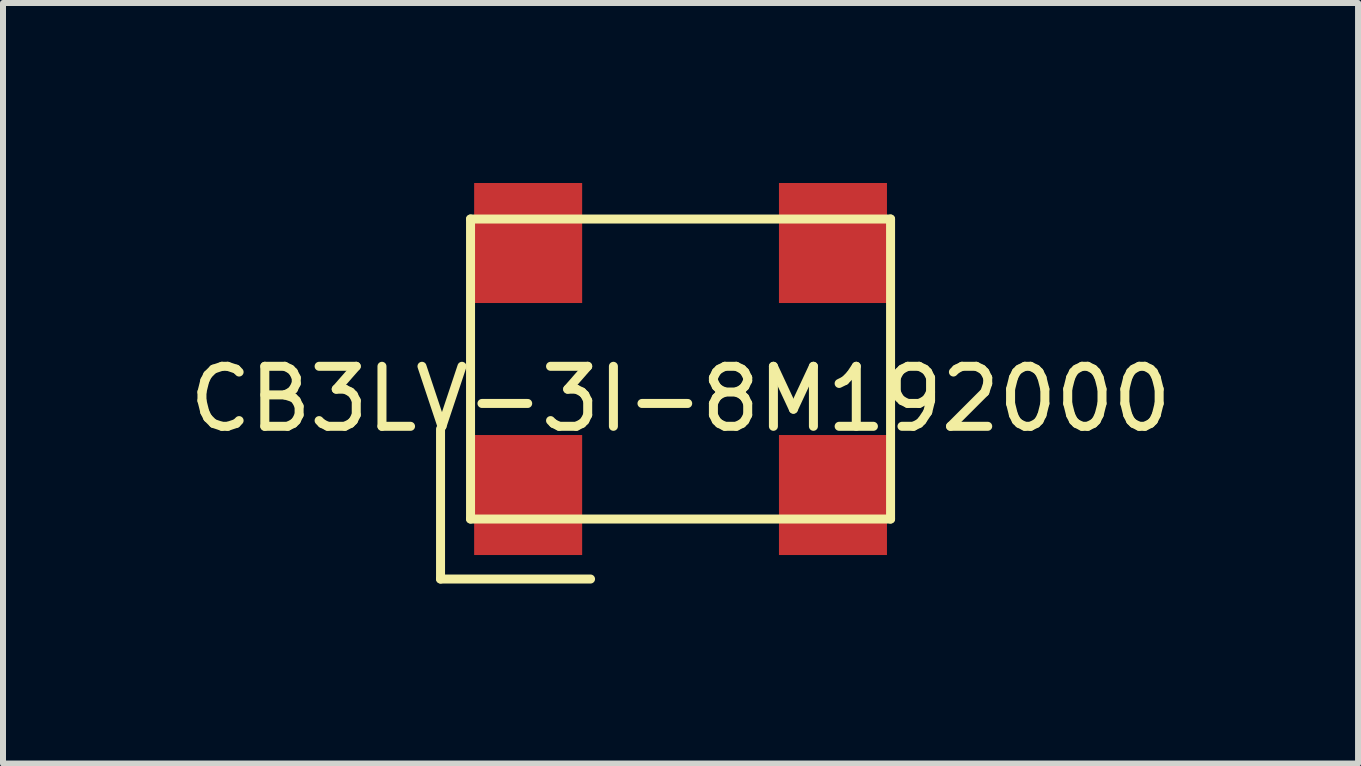
<source format=kicad_pcb>
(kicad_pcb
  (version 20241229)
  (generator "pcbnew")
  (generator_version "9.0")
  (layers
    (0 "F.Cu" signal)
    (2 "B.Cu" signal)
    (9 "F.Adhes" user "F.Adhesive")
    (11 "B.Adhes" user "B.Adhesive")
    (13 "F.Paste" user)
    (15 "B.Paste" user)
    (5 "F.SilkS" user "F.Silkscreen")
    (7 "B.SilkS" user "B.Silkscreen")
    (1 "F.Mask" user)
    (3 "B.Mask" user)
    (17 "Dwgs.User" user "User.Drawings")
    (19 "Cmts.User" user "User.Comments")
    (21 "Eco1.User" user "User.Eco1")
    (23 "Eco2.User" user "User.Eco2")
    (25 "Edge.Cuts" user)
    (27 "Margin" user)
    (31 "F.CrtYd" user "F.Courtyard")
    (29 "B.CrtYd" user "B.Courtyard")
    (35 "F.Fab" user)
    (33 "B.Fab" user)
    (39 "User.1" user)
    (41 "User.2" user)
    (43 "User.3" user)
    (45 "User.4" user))
  (footprint "CB3LV-3I-8M192000"
    (layer "F.Cu")
    (at 8.292 3.1)
    (property "Reference" "CB3LV-3I-8M192000" (at 0 0.5 0) (layer "F.SilkS") (effects (font (size 1 1) (thickness 0.15))))
    (attr through_hole)
    (fp_line (start -4 1) (end -4 3.5) (stroke (width 0.15) (type solid)) (layer "F.SilkS"))
    (fp_line (start -4 3.5) (end -1.5 3.5) (stroke (width 0.15) (type solid)) (layer "F.SilkS"))
    (fp_line (start -3.5 -2.5) (end 3.5 -2.5) (stroke (width 0.15) (type solid)) (layer "F.SilkS"))
    (fp_line (start -3.5 2.5) (end -3.5 -2.5) (stroke (width 0.15) (type solid)) (layer "F.SilkS"))
    (fp_line (start 3.5 -2.5) (end 3.5 2.5) (stroke (width 0.15) (type solid)) (layer "F.SilkS"))
    (fp_line (start 3.5 2.5) (end -3.5 2.5) (stroke (width 0.15) (type solid)) (layer "F.SilkS"))
    (pad "1" smd rect (at -2.54 2.1) (size 1.8 2) (layers "F.Cu" "F.Mask" "F.Paste"))
    (pad "2" smd rect (at 2.54 2.1) (size 1.8 2) (layers "F.Cu" "F.Mask" "F.Paste"))
    (pad "3" smd rect (at 2.54 -2.1) (size 1.8 2) (layers "F.Cu" "F.Mask" "F.Paste"))
    (pad "4" smd rect (at -2.54 -2.1) (size 1.8 2) (layers "F.Cu" "F.Mask" "F.Paste")))
  (gr_rect
    (start -3 -3)
    (end 19.583 9.675)
    (stroke (width 0.1) (type default))
    (fill no)
    (layer "Edge.Cuts")))
</source>
